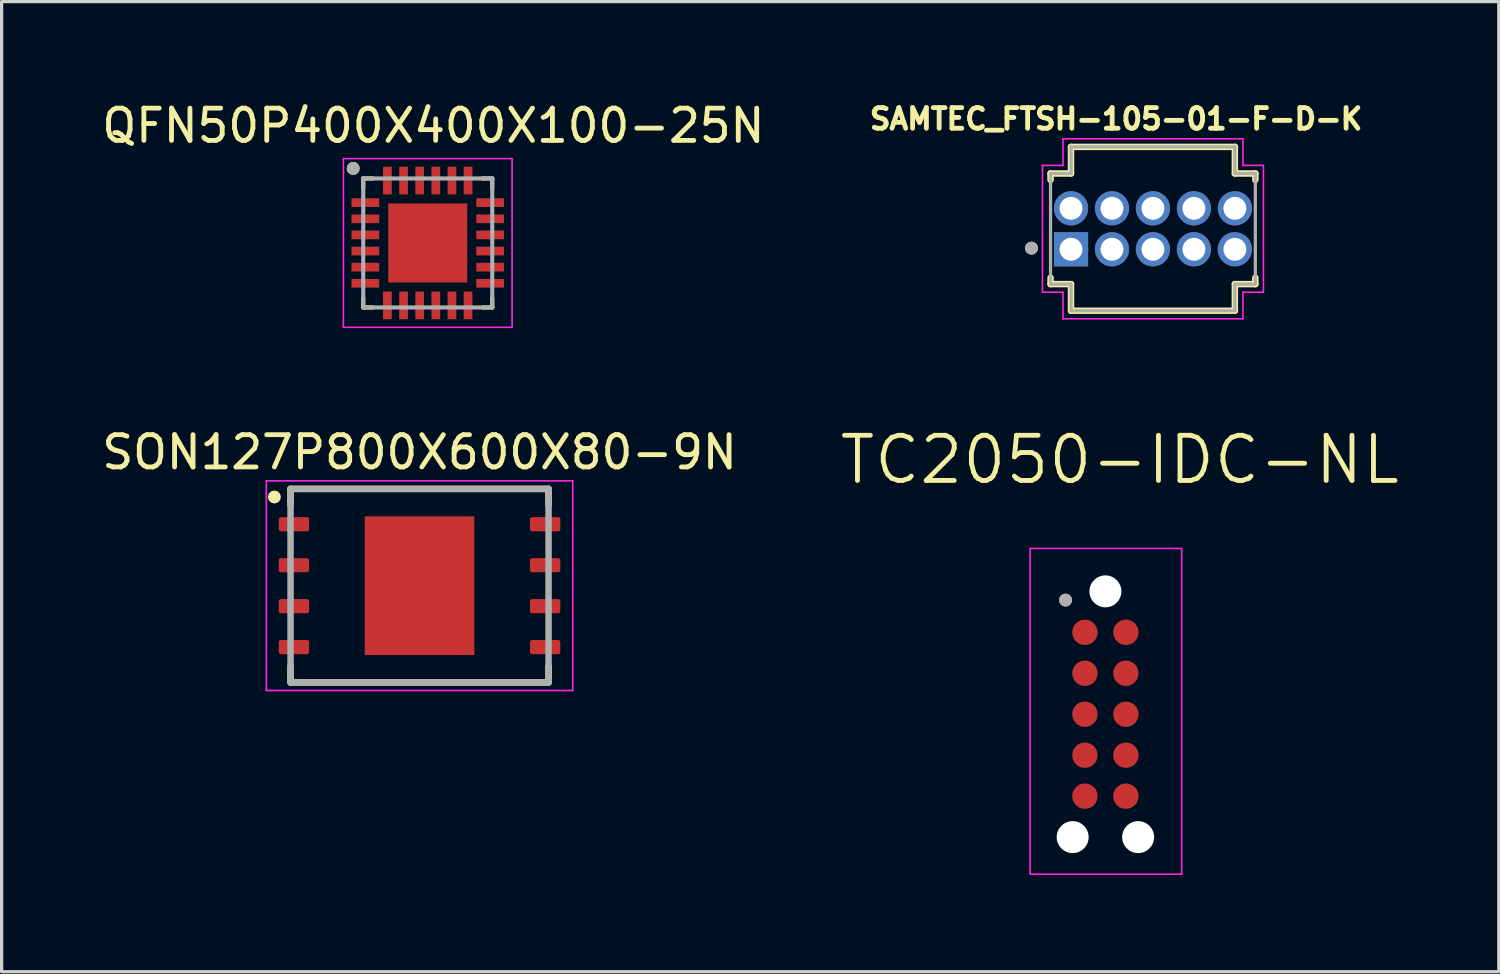
<source format=kicad_pcb>
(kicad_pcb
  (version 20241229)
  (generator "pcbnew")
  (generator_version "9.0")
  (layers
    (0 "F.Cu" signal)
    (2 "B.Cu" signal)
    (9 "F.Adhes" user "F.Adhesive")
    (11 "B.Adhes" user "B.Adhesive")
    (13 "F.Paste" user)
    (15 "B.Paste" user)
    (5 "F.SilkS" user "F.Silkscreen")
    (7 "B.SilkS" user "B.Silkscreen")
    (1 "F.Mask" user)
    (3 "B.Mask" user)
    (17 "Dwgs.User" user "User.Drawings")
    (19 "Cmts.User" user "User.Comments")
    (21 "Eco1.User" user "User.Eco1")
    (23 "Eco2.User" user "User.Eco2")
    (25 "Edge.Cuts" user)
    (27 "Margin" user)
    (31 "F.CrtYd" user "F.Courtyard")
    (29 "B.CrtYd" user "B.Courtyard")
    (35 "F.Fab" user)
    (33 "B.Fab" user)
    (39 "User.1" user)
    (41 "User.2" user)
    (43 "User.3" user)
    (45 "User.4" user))
  (footprint "QFN50P400X400X100-25N"
    (layer "F.Cu")
    (at 10.212 4.483)
    (property "Reference" "QFN50P400X400X100-25N" (at 0.175 -3.635 0) (layer "F.SilkS") (effects (font (size 1 1) (thickness 0.15))))
    (attr through_hole)
    (fp_line (start -2 -2) (end -2 -1.705) (stroke (width 0.127) (type solid)) (layer "F.SilkS"))
    (fp_line (start -2 -2) (end -1.705 -2) (stroke (width 0.127) (type solid)) (layer "F.SilkS"))
    (fp_line (start -2 2) (end -2 1.705) (stroke (width 0.127) (type solid)) (layer "F.SilkS"))
    (fp_line (start -2 2) (end -1.705 2) (stroke (width 0.127) (type solid)) (layer "F.SilkS"))
    (fp_line (start 2 -2) (end 1.705 -2) (stroke (width 0.127) (type solid)) (layer "F.SilkS"))
    (fp_line (start 2 -2) (end 2 -1.705) (stroke (width 0.127) (type solid)) (layer "F.SilkS"))
    (fp_line (start 2 2) (end 1.705 2) (stroke (width 0.127) (type solid)) (layer "F.SilkS"))
    (fp_line (start 2 2) (end 2 1.705) (stroke (width 0.127) (type solid)) (layer "F.SilkS"))
    (fp_circle (center -2.311 -2.311) (end -2.211 -2.311) (stroke (width 0.2) (type solid)) (fill no) (layer "F.SilkS"))
    (fp_poly (pts (xy -0.775 -0.775) (xy 0.775 -0.775) (xy 0.775 0.775) (xy -0.775 0.775)) (stroke (width 0.01) (type solid)) (fill yes) (layer "F.Paste"))
    (fp_line (start -2.615 -2.615) (end 2.615 -2.615) (stroke (width 0.05) (type solid)) (layer "F.CrtYd"))
    (fp_line (start -2.615 2.615) (end -2.615 -2.615) (stroke (width 0.05) (type solid)) (layer "F.CrtYd"))
    (fp_line (start -2.615 2.615) (end 2.615 2.615) (stroke (width 0.05) (type solid)) (layer "F.CrtYd"))
    (fp_line (start 2.615 2.615) (end 2.615 -2.615) (stroke (width 0.05) (type solid)) (layer "F.CrtYd"))
    (fp_line (start -2 2) (end -2 -2) (stroke (width 0.127) (type solid)) (layer "F.Fab"))
    (fp_line (start 2 -2) (end -2 -2) (stroke (width 0.127) (type solid)) (layer "F.Fab"))
    (fp_line (start 2 2) (end -2 2) (stroke (width 0.127) (type solid)) (layer "F.Fab"))
    (fp_line (start 2 2) (end 2 -2) (stroke (width 0.127) (type solid)) (layer "F.Fab"))
    (fp_circle (center -2.311 -2.311) (end -2.211 -2.311) (stroke (width 0.2) (type solid)) (fill no) (layer "F.Fab"))
    (pad "1" smd roundrect (at -1.935 -1.25) (size 0.86 0.27) (layers "F.Cu" "F.Mask" "F.Paste") (roundrect_rratio 0.03))
    (pad "2" smd roundrect (at -1.935 -0.75) (size 0.86 0.27) (layers "F.Cu" "F.Mask" "F.Paste") (roundrect_rratio 0.03))
    (pad "3" smd roundrect (at -1.935 -0.25) (size 0.86 0.27) (layers "F.Cu" "F.Mask" "F.Paste") (roundrect_rratio 0.03))
    (pad "4" smd roundrect (at -1.935 0.25) (size 0.86 0.27) (layers "F.Cu" "F.Mask" "F.Paste") (roundrect_rratio 0.03))
    (pad "5" smd roundrect (at -1.935 0.75) (size 0.86 0.27) (layers "F.Cu" "F.Mask" "F.Paste") (roundrect_rratio 0.03))
    (pad "6" smd roundrect (at -1.935 1.25) (size 0.86 0.27) (layers "F.Cu" "F.Mask" "F.Paste") (roundrect_rratio 0.03))
    (pad "7" smd roundrect (at -1.25 1.935 90) (size 0.86 0.27) (layers "F.Cu" "F.Mask" "F.Paste") (roundrect_rratio 0.03))
    (pad "8" smd roundrect (at -0.75 1.935 90) (size 0.86 0.27) (layers "F.Cu" "F.Mask" "F.Paste") (roundrect_rratio 0.03))
    (pad "9" smd roundrect (at -0.25 1.935 90) (size 0.86 0.27) (layers "F.Cu" "F.Mask" "F.Paste") (roundrect_rratio 0.03))
    (pad "10" smd roundrect (at 0.25 1.935 90) (size 0.86 0.27) (layers "F.Cu" "F.Mask" "F.Paste") (roundrect_rratio 0.03))
    (pad "11" smd roundrect (at 0.75 1.935 90) (size 0.86 0.27) (layers "F.Cu" "F.Mask" "F.Paste") (roundrect_rratio 0.03))
    (pad "12" smd roundrect (at 1.25 1.935 90) (size 0.86 0.27) (layers "F.Cu" "F.Mask" "F.Paste") (roundrect_rratio 0.03))
    (pad "13" smd roundrect (at 1.935 1.25) (size 0.86 0.27) (layers "F.Cu" "F.Mask" "F.Paste") (roundrect_rratio 0.03))
    (pad "14" smd roundrect (at 1.935 0.75) (size 0.86 0.27) (layers "F.Cu" "F.Mask" "F.Paste") (roundrect_rratio 0.03))
    (pad "15" smd roundrect (at 1.935 0.25) (size 0.86 0.27) (layers "F.Cu" "F.Mask" "F.Paste") (roundrect_rratio 0.03))
    (pad "16" smd roundrect (at 1.935 -0.25) (size 0.86 0.27) (layers "F.Cu" "F.Mask" "F.Paste") (roundrect_rratio 0.03))
    (pad "17" smd roundrect (at 1.935 -0.75) (size 0.86 0.27) (layers "F.Cu" "F.Mask" "F.Paste") (roundrect_rratio 0.03))
    (pad "18" smd roundrect (at 1.935 -1.25) (size 0.86 0.27) (layers "F.Cu" "F.Mask" "F.Paste") (roundrect_rratio 0.03))
    (pad "19" smd roundrect (at 1.25 -1.935 90) (size 0.86 0.27) (layers "F.Cu" "F.Mask" "F.Paste") (roundrect_rratio 0.03))
    (pad "20" smd roundrect (at 0.75 -1.935 90) (size 0.86 0.27) (layers "F.Cu" "F.Mask" "F.Paste") (roundrect_rratio 0.03))
    (pad "21" smd roundrect (at 0.25 -1.935 90) (size 0.86 0.27) (layers "F.Cu" "F.Mask" "F.Paste") (roundrect_rratio 0.03))
    (pad "22" smd roundrect (at -0.25 -1.935 90) (size 0.86 0.27) (layers "F.Cu" "F.Mask" "F.Paste") (roundrect_rratio 0.03))
    (pad "23" smd roundrect (at -0.75 -1.935 90) (size 0.86 0.27) (layers "F.Cu" "F.Mask" "F.Paste") (roundrect_rratio 0.03))
    (pad "24" smd roundrect (at -1.25 -1.935 90) (size 0.86 0.27) (layers "F.Cu" "F.Mask" "F.Paste") (roundrect_rratio 0.03))
    (pad "25" smd rect (at 0 0) (size 2.45 2.45) (layers "F.Cu" "F.Mask")))
  (footprint "SAMTEC_FTSH-105-01-F-D-K"
    (layer "F.Cu")
    (at 32.697 4.044)
    (property "Reference" "SAMTEC_FTSH-105-01-F-D-K" (at -1.143 -3.406 0) (layer "F.SilkS") (effects (font (size 0.64 0.64) (thickness 0.15))))
    (attr through_hole)
    (fp_line (start -3.175 -1.715) (end -3.175 -1.515) (stroke (width 0.2) (type solid)) (layer "F.SilkS"))
    (fp_line (start -3.175 -1.715) (end -2.54 -1.715) (stroke (width 0.2) (type solid)) (layer "F.SilkS"))
    (fp_line (start -3.175 1.715) (end -3.175 1.515) (stroke (width 0.2) (type solid)) (layer "F.SilkS"))
    (fp_line (start -3.175 1.715) (end -2.54 1.715) (stroke (width 0.2) (type solid)) (layer "F.SilkS"))
    (fp_line (start -2.54 -2.54) (end 2.54 -2.54) (stroke (width 0.2) (type solid)) (layer "F.SilkS"))
    (fp_line (start -2.54 -1.715) (end -2.54 -2.54) (stroke (width 0.2) (type solid)) (layer "F.SilkS"))
    (fp_line (start -2.54 1.715) (end -2.54 2.54) (stroke (width 0.2) (type solid)) (layer "F.SilkS"))
    (fp_line (start -2.54 2.54) (end 2.54 2.54) (stroke (width 0.2) (type solid)) (layer "F.SilkS"))
    (fp_line (start 2.54 -2.54) (end 2.54 -1.715) (stroke (width 0.2) (type solid)) (layer "F.SilkS"))
    (fp_line (start 2.54 -1.715) (end 3.175 -1.715) (stroke (width 0.2) (type solid)) (layer "F.SilkS"))
    (fp_line (start 2.54 1.715) (end 3.175 1.715) (stroke (width 0.2) (type solid)) (layer "F.SilkS"))
    (fp_line (start 2.54 2.54) (end 2.54 1.715) (stroke (width 0.2) (type solid)) (layer "F.SilkS"))
    (fp_line (start 3.175 -1.715) (end 3.175 -1.515) (stroke (width 0.2) (type solid)) (layer "F.SilkS"))
    (fp_line (start 3.175 1.715) (end 3.175 1.515) (stroke (width 0.2) (type solid)) (layer "F.SilkS"))
    (fp_circle (center -3.765 0.6) (end -3.665 0.6) (stroke (width 0.2) (type solid)) (fill no) (layer "F.SilkS"))
    (fp_line (start -3.425 -1.965) (end -2.79 -1.965) (stroke (width 0.05) (type solid)) (layer "F.CrtYd"))
    (fp_line (start -3.425 1.965) (end -3.425 -1.965) (stroke (width 0.05) (type solid)) (layer "F.CrtYd"))
    (fp_line (start -2.79 -2.79) (end 2.79 -2.79) (stroke (width 0.05) (type solid)) (layer "F.CrtYd"))
    (fp_line (start -2.79 -1.965) (end -2.79 -2.79) (stroke (width 0.05) (type solid)) (layer "F.CrtYd"))
    (fp_line (start -2.79 1.965) (end -3.425 1.965) (stroke (width 0.05) (type solid)) (layer "F.CrtYd"))
    (fp_line (start -2.79 2.79) (end -2.79 1.965) (stroke (width 0.05) (type solid)) (layer "F.CrtYd"))
    (fp_line (start 2.79 -2.79) (end 2.79 -1.965) (stroke (width 0.05) (type solid)) (layer "F.CrtYd"))
    (fp_line (start 2.79 -1.965) (end 3.425 -1.965) (stroke (width 0.05) (type solid)) (layer "F.CrtYd"))
    (fp_line (start 2.79 1.965) (end 2.79 2.79) (stroke (width 0.05) (type solid)) (layer "F.CrtYd"))
    (fp_line (start 2.79 2.79) (end -2.79 2.79) (stroke (width 0.05) (type solid)) (layer "F.CrtYd"))
    (fp_line (start 3.425 1.965) (end 2.79 1.965) (stroke (width 0.05) (type solid)) (layer "F.CrtYd"))
    (fp_line (start 3.425 1.965) (end 3.425 -1.965) (stroke (width 0.05) (type solid)) (layer "F.CrtYd"))
    (fp_line (start -3.175 -1.715) (end -3.175 1.715) (stroke (width 0.1) (type solid)) (layer "F.Fab"))
    (fp_line (start -3.175 1.715) (end -2.54 1.715) (stroke (width 0.1) (type solid)) (layer "F.Fab"))
    (fp_line (start -2.54 -2.54) (end 2.54 -2.54) (stroke (width 0.1) (type solid)) (layer "F.Fab"))
    (fp_line (start -2.54 -1.715) (end -3.175 -1.715) (stroke (width 0.1) (type solid)) (layer "F.Fab"))
    (fp_line (start -2.54 -1.715) (end -2.54 -2.54) (stroke (width 0.1) (type solid)) (layer "F.Fab"))
    (fp_line (start -2.54 1.715) (end -2.54 2.54) (stroke (width 0.1) (type solid)) (layer "F.Fab"))
    (fp_line (start -2.54 2.54) (end 2.54 2.54) (stroke (width 0.1) (type solid)) (layer "F.Fab"))
    (fp_line (start 2.54 -2.54) (end 2.54 -1.715) (stroke (width 0.1) (type solid)) (layer "F.Fab"))
    (fp_line (start 2.54 1.715) (end 3.175 1.715) (stroke (width 0.1) (type solid)) (layer "F.Fab"))
    (fp_line (start 2.54 2.54) (end 2.54 1.715) (stroke (width 0.1) (type solid)) (layer "F.Fab"))
    (fp_line (start 3.175 -1.715) (end 2.54 -1.715) (stroke (width 0.1) (type solid)) (layer "F.Fab"))
    (fp_line (start 3.175 1.715) (end 3.175 -1.715) (stroke (width 0.1) (type solid)) (layer "F.Fab"))
    (fp_circle (center -3.765 0.6) (end -3.665 0.6) (stroke (width 0.2) (type solid)) (fill no) (layer "F.Fab"))
    (pad "1" thru_hole rect (at -2.54 0.635) (size 1.06 1.06) (drill 0.71) (layers "*.Cu" "*.Mask"))
    (pad "2" thru_hole circle (at -2.54 -0.635) (size 1.06 1.06) (drill 0.71) (layers "*.Cu" "*.Mask"))
    (pad "3" thru_hole circle (at -1.27 0.635) (size 1.06 1.06) (drill 0.71) (layers "*.Cu" "*.Mask"))
    (pad "4" thru_hole circle (at -1.27 -0.635) (size 1.06 1.06) (drill 0.71) (layers "*.Cu" "*.Mask"))
    (pad "5" thru_hole circle (at 0 0.635) (size 1.06 1.06) (drill 0.71) (layers "*.Cu" "*.Mask"))
    (pad "6" thru_hole circle (at 0 -0.635) (size 1.06 1.06) (drill 0.71) (layers "*.Cu" "*.Mask"))
    (pad "7" thru_hole circle (at 1.27 0.635) (size 1.06 1.06) (drill 0.71) (layers "*.Cu" "*.Mask"))
    (pad "8" thru_hole circle (at 1.27 -0.635) (size 1.06 1.06) (drill 0.71) (layers "*.Cu" "*.Mask"))
    (pad "9" thru_hole circle (at 2.54 0.635) (size 1.06 1.06) (drill 0.71) (layers "*.Cu" "*.Mask"))
    (pad "10" thru_hole circle (at 2.54 -0.635) (size 1.06 1.06) (drill 0.71) (layers "*.Cu" "*.Mask")))
  (footprint "TC2050-IDC-NL"
    (layer "F.Cu")
    (at 30.588 16.555)
    (property "Reference" "TC2050-IDC-NL" (at 1.08 -5.349 0) (layer "F.SilkS") (effects (font (size 1.4 1.4) (thickness 0.15))))
    (attr smd)
    (fp_circle (center -0.6 -1) (end -0.5 -1) (stroke (width 0.2) (type solid)) (fill no) (layer "F.SilkS"))
    (fp_rect (start -1.7 7.5) (end 3 -2.6) (stroke (width 0.05) (type default)) (fill no) (layer "F.CrtYd"))
    (fp_circle (center -0.6 -1) (end -0.5 -1) (stroke (width 0.2) (type solid)) (fill no) (layer "F.Fab"))
    (pad "" np_thru_hole circle (at -0.38 6.35) (size 0.991 0.991) (drill 0.991) (layers "*.Cu" "*.Mask"))
    (pad "" np_thru_hole circle (at 0.635 -1.27) (size 0.991 0.991) (drill 0.991) (layers "*.Cu" "*.Mask"))
    (pad "" np_thru_hole circle (at 1.65 6.35) (size 0.991 0.991) (drill 0.991) (layers "*.Cu" "*.Mask"))
    (pad "1" smd circle (at 0 0 270) (size 0.787 0.787) (layers "F.Cu" "F.Mask"))
    (pad "2" smd circle (at 0 1.27 270) (size 0.787 0.787) (layers "F.Cu" "F.Mask"))
    (pad "3" smd circle (at 0 2.54 270) (size 0.787 0.787) (layers "F.Cu" "F.Mask"))
    (pad "4" smd circle (at 0 3.81 270) (size 0.787 0.787) (layers "F.Cu" "F.Mask"))
    (pad "5" smd circle (at 0 5.08 270) (size 0.787 0.787) (layers "F.Cu" "F.Mask"))
    (pad "6" smd circle (at 1.27 5.08 90) (size 0.787 0.787) (layers "F.Cu" "F.Mask"))
    (pad "7" smd circle (at 1.27 3.81 90) (size 0.787 0.787) (layers "F.Cu" "F.Mask"))
    (pad "8" smd circle (at 1.27 2.54 90) (size 0.787 0.787) (layers "F.Cu" "F.Mask"))
    (pad "9" smd circle (at 1.27 1.27 90) (size 0.787 0.787) (layers "F.Cu" "F.Mask"))
    (pad "10" smd circle (at 1.27 0 90) (size 0.787 0.787) (layers "F.Cu" "F.Mask")))
  (footprint "SON127P800X600X80-9N"
    (layer "F.Cu")
    (at 9.958 15.109)
    (property "Reference" "SON127P800X600X80-9N" (at 0 -4.137 0) (layer "F.SilkS") (effects (font (size 1 1) (thickness 0.15))))
    (attr smd)
    (fp_line (start -4 -3) (end 4 -3) (stroke (width 0.2) (type solid)) (layer "F.SilkS"))
    (fp_line (start -4 -2.5) (end -4 -3) (stroke (width 0.2) (type solid)) (layer "F.SilkS"))
    (fp_line (start -4 2.5) (end -4 3) (stroke (width 0.2) (type solid)) (layer "F.SilkS"))
    (fp_line (start -4 3) (end 4 3) (stroke (width 0.2) (type solid)) (layer "F.SilkS"))
    (fp_line (start 4 -3) (end 4 -2.5) (stroke (width 0.2) (type solid)) (layer "F.SilkS"))
    (fp_line (start 4 3) (end 4 2.5) (stroke (width 0.2) (type solid)) (layer "F.SilkS"))
    (fp_circle (center -4.5 -2.75) (end -4.4 -2.75) (stroke (width 0.2) (type solid)) (fill no) (layer "F.SilkS"))
    (fp_poly (pts (xy -1.56 -1.56) (xy 0.04 -1.56) (xy 0.04 -0.41) (xy -1.56 -0.41)) (stroke (width 0.01) (type solid)) (fill yes) (layer "F.Paste"))
    (fp_poly (pts (xy -1.56 0.41) (xy 0.04 0.41) (xy 0.04 1.56) (xy -1.56 1.56)) (stroke (width 0.01) (type solid)) (fill yes) (layer "F.Paste"))
    (fp_poly (pts (xy -0.04 -1.56) (xy 1.56 -1.56) (xy 1.56 -0.41) (xy -0.04 -0.41)) (stroke (width 0.01) (type solid)) (fill yes) (layer "F.Paste"))
    (fp_poly (pts (xy -0.04 0.41) (xy 1.56 0.41) (xy 1.56 1.56) (xy -0.04 1.56)) (stroke (width 0.01) (type solid)) (fill yes) (layer "F.Paste"))
    (fp_line (start -4.75 -3.25) (end 4.75 -3.25) (stroke (width 0.05) (type solid)) (layer "F.CrtYd"))
    (fp_line (start -4.75 3.25) (end -4.75 -3.25) (stroke (width 0.05) (type solid)) (layer "F.CrtYd"))
    (fp_line (start 4.75 -3.25) (end 4.75 3.25) (stroke (width 0.05) (type solid)) (layer "F.CrtYd"))
    (fp_line (start 4.75 3.25) (end -4.75 3.25) (stroke (width 0.05) (type solid)) (layer "F.CrtYd"))
    (fp_line (start -4 -3) (end 4 -3) (stroke (width 0.2) (type solid)) (layer "F.Fab"))
    (fp_line (start -4 3) (end -4 -3) (stroke (width 0.2) (type solid)) (layer "F.Fab"))
    (fp_line (start 4 -3) (end 4 3) (stroke (width 0.2) (type solid)) (layer "F.Fab"))
    (fp_line (start 4 3) (end -4 3) (stroke (width 0.2) (type solid)) (layer "F.Fab"))
    (pad "1" smd roundrect (at -3.895 -1.905) (size 0.94 0.44) (layers "F.Cu" "F.Mask" "F.Paste") (roundrect_rratio 0.15))
    (pad "2" smd roundrect (at -3.895 -0.635) (size 0.94 0.44) (layers "F.Cu" "F.Mask" "F.Paste") (roundrect_rratio 0.15))
    (pad "3" smd roundrect (at -3.895 0.635) (size 0.94 0.44) (layers "F.Cu" "F.Mask" "F.Paste") (roundrect_rratio 0.15))
    (pad "4" smd roundrect (at -3.895 1.905) (size 0.94 0.44) (layers "F.Cu" "F.Mask" "F.Paste") (roundrect_rratio 0.15))
    (pad "5" smd roundrect (at 3.895 1.905) (size 0.94 0.44) (layers "F.Cu" "F.Mask" "F.Paste") (roundrect_rratio 0.15))
    (pad "6" smd roundrect (at 3.895 0.635) (size 0.94 0.44) (layers "F.Cu" "F.Mask" "F.Paste") (roundrect_rratio 0.15))
    (pad "7" smd roundrect (at 3.895 -0.635) (size 0.94 0.44) (layers "F.Cu" "F.Mask" "F.Paste") (roundrect_rratio 0.15))
    (pad "8" smd roundrect (at 3.895 -1.905) (size 0.94 0.44) (layers "F.Cu" "F.Mask" "F.Paste") (roundrect_rratio 0.15))
    (pad "9" smd rect (at 0 0) (size 3.4 4.3) (layers "F.Cu" "F.Mask")))
  (gr_rect
    (start -3 -3)
    (end 43.42 27.079)
    (stroke (width 0.1) (type default))
    (fill no)
    (layer "Edge.Cuts")))
</source>
